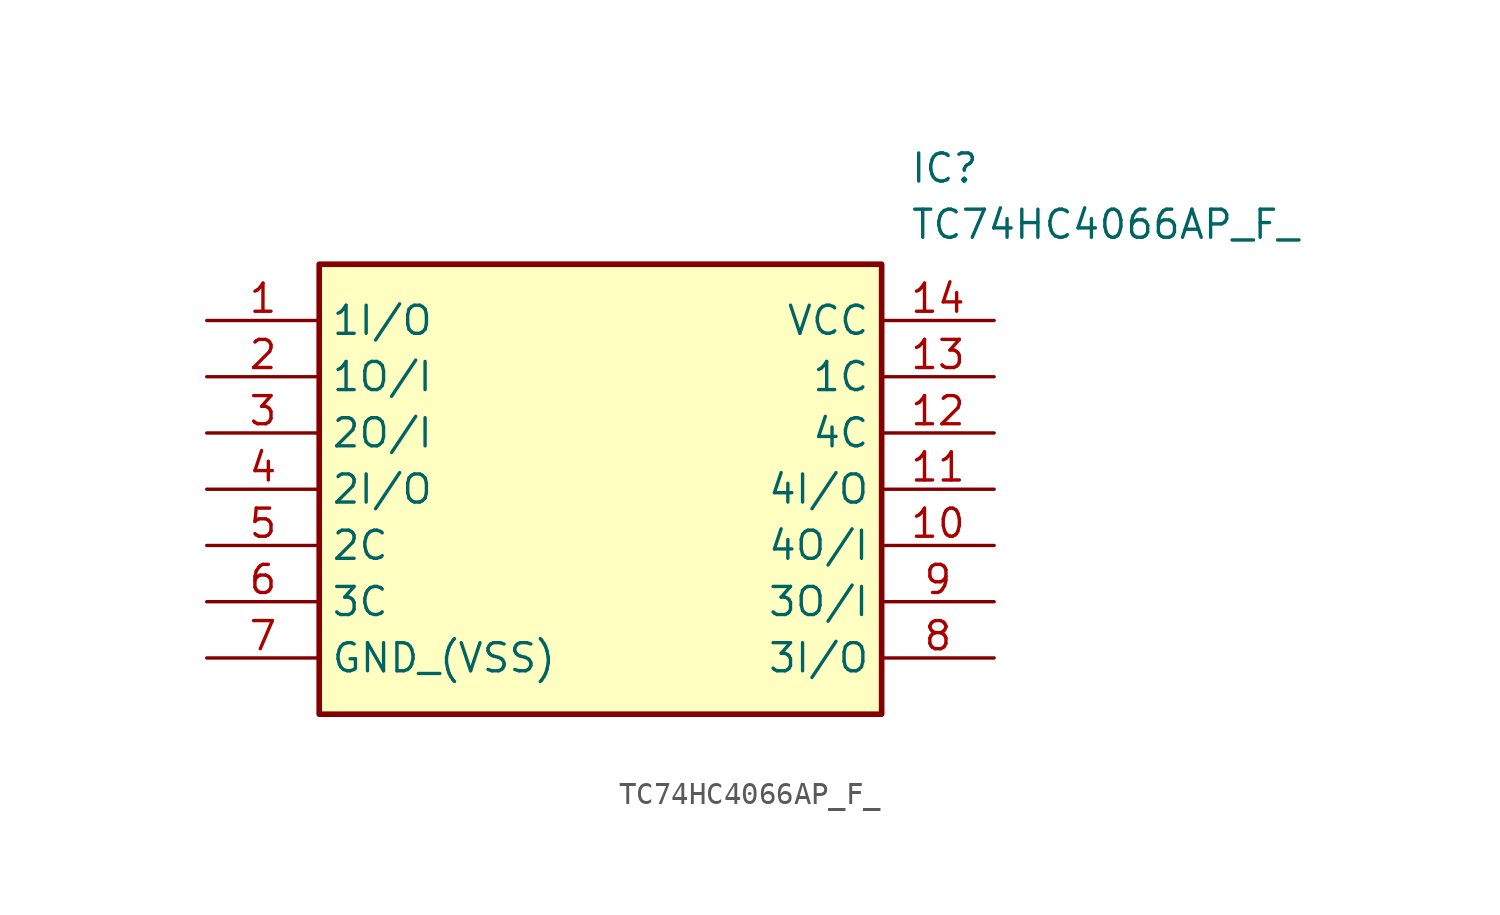
<source format=kicad_sym>
(kicad_symbol_lib
  (version 20211014)
  (generator SamacSys_ECAD_Model)
  (symbol "TC74HC4066AP_F_"
    (property "Reference" "IC"
      (at 31.75 7.62 0)
      (effects (font (size 1.27 1.27)) (justify left top)))
    (property "Value" "TC74HC4066AP_F_"
      (at 31.75 5.08 0)
      (effects (font (size 1.27 1.27)) (justify left top)))
    (rectangle
      (start 5.08 2.54)
      (end 30.48 -17.78)
      (stroke (width 0.254) (type default))
      (fill (type background)))
    (pin passive line
      (at 0 0 0)
      (length 5.08)
      (name "1I/O" (effects (font (size 1.27 1.27))))
      (number "1" (effects (font (size 1.27 1.27)))))
    (pin passive line
      (at 0 -2.54 0)
      (length 5.08)
      (name "1O/I" (effects (font (size 1.27 1.27))))
      (number "2" (effects (font (size 1.27 1.27)))))
    (pin passive line
      (at 0 -5.08 0)
      (length 5.08)
      (name "2O/I" (effects (font (size 1.27 1.27))))
      (number "3" (effects (font (size 1.27 1.27)))))
    (pin passive line
      (at 0 -7.62 0)
      (length 5.08)
      (name "2I/O" (effects (font (size 1.27 1.27))))
      (number "4" (effects (font (size 1.27 1.27)))))
    (pin passive line
      (at 0 -10.16 0)
      (length 5.08)
      (name "2C" (effects (font (size 1.27 1.27))))
      (number "5" (effects (font (size 1.27 1.27)))))
    (pin passive line
      (at 0 -12.7 0)
      (length 5.08)
      (name "3C" (effects (font (size 1.27 1.27))))
      (number "6" (effects (font (size 1.27 1.27)))))
    (pin passive line
      (at 0 -15.24 0)
      (length 5.08)
      (name "GND_(VSS)" (effects (font (size 1.27 1.27))))
      (number "7" (effects (font (size 1.27 1.27)))))
    (pin passive line
      (at 35.56 0 180)
      (length 5.08)
      (name "VCC" (effects (font (size 1.27 1.27))))
      (number "14" (effects (font (size 1.27 1.27)))))
    (pin passive line
      (at 35.56 -2.54 180)
      (length 5.08)
      (name "1C" (effects (font (size 1.27 1.27))))
      (number "13" (effects (font (size 1.27 1.27)))))
    (pin passive line
      (at 35.56 -5.08 180)
      (length 5.08)
      (name "4C" (effects (font (size 1.27 1.27))))
      (number "12" (effects (font (size 1.27 1.27)))))
    (pin passive line
      (at 35.56 -7.62 180)
      (length 5.08)
      (name "4I/O" (effects (font (size 1.27 1.27))))
      (number "11" (effects (font (size 1.27 1.27)))))
    (pin passive line
      (at 35.56 -10.16 180)
      (length 5.08)
      (name "4O/I" (effects (font (size 1.27 1.27))))
      (number "10" (effects (font (size 1.27 1.27)))))
    (pin passive line
      (at 35.56 -12.7 180)
      (length 5.08)
      (name "3O/I" (effects (font (size 1.27 1.27))))
      (number "9" (effects (font (size 1.27 1.27)))))
    (pin passive line
      (at 35.56 -15.24 180)
      (length 5.08)
      (name "3I/O" (effects (font (size 1.27 1.27))))
      (number "8" (effects (font (size 1.27 1.27)))))))
</source>
